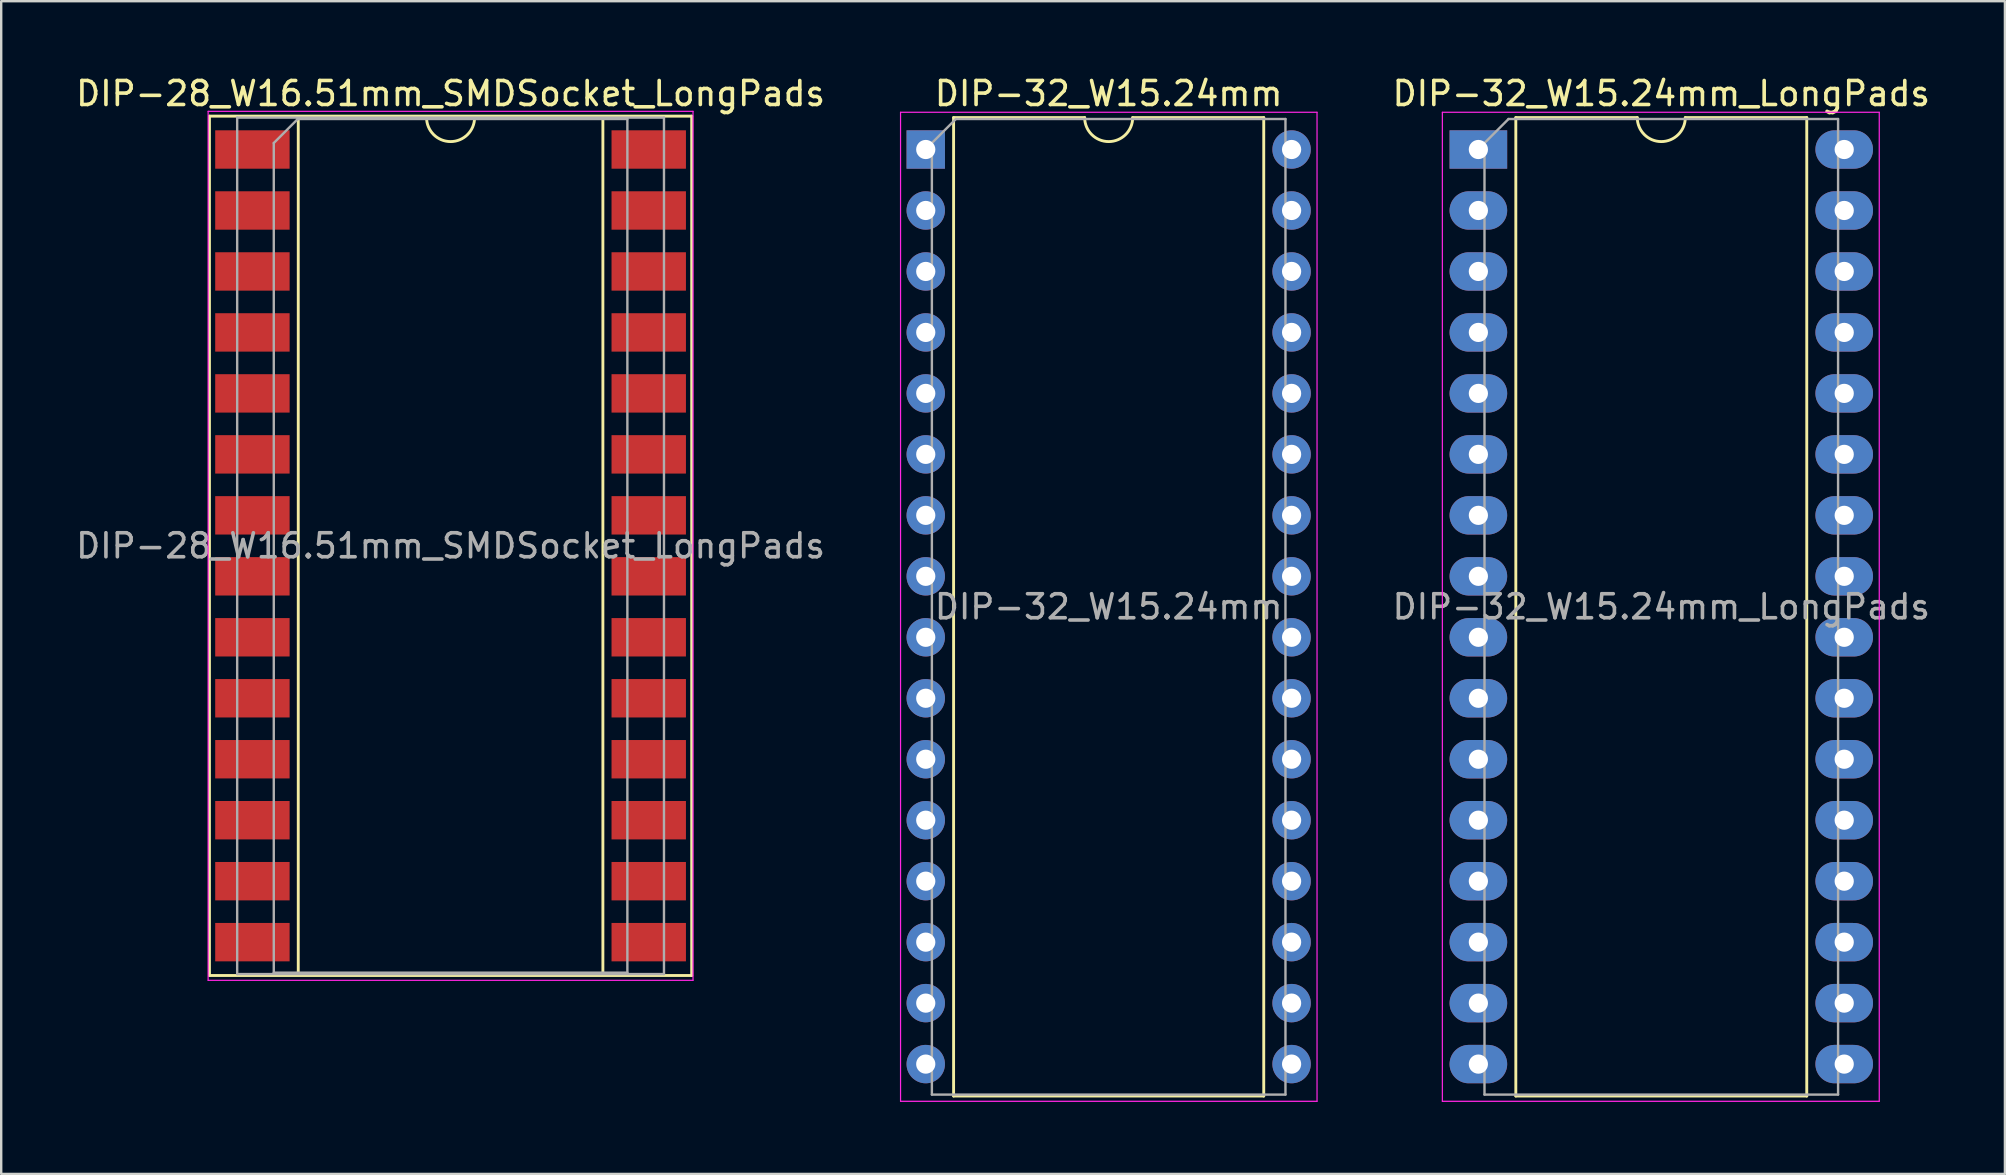
<source format=kicad_pcb>
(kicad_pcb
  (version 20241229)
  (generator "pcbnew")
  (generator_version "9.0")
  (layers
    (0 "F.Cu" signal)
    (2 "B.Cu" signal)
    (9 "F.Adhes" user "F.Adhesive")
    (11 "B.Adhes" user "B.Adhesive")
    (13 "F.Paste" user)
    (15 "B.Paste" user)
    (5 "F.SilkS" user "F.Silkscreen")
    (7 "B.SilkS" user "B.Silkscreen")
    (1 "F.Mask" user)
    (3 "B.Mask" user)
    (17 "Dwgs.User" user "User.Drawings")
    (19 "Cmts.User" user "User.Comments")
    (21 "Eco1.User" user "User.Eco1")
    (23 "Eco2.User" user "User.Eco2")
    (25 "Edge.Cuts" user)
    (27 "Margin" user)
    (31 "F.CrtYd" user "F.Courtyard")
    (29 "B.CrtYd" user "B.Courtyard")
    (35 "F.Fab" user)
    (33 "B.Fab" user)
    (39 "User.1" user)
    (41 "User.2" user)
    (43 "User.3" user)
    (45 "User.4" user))
  (footprint "DIP-32_W15.24mm"
    (layer "F.Cu")
    (at 35.515 3.178)
    (property "Reference" "DIP-32_W15.24mm" (at 7.62 -2.33 0) (layer "F.SilkS") (effects (font (size 1 1) (thickness 0.15))))
    (attr through_hole)
    (fp_line (start 1.16 -1.33) (end 1.16 39.43) (stroke (width 0.12) (type solid)) (layer "F.SilkS"))
    (fp_line (start 1.16 39.43) (end 14.08 39.43) (stroke (width 0.12) (type solid)) (layer "F.SilkS"))
    (fp_line (start 6.62 -1.33) (end 1.16 -1.33) (stroke (width 0.12) (type solid)) (layer "F.SilkS"))
    (fp_line (start 14.08 -1.33) (end 8.62 -1.33) (stroke (width 0.12) (type solid)) (layer "F.SilkS"))
    (fp_line (start 14.08 39.43) (end 14.08 -1.33) (stroke (width 0.12) (type solid)) (layer "F.SilkS"))
    (fp_arc (start 8.62 -1.33) (mid 7.62 -0.33) (end 6.62 -1.33) (stroke (width 0.12) (type solid)) (layer "F.SilkS"))
    (fp_line (start -1.05 -1.55) (end -1.05 39.65) (stroke (width 0.05) (type solid)) (layer "F.CrtYd"))
    (fp_line (start -1.05 39.65) (end 16.3 39.65) (stroke (width 0.05) (type solid)) (layer "F.CrtYd"))
    (fp_line (start 16.3 -1.55) (end -1.05 -1.55) (stroke (width 0.05) (type solid)) (layer "F.CrtYd"))
    (fp_line (start 16.3 39.65) (end 16.3 -1.55) (stroke (width 0.05) (type solid)) (layer "F.CrtYd"))
    (fp_line (start 0.255 -0.27) (end 1.255 -1.27) (stroke (width 0.1) (type solid)) (layer "F.Fab"))
    (fp_line (start 0.255 39.37) (end 0.255 -0.27) (stroke (width 0.1) (type solid)) (layer "F.Fab"))
    (fp_line (start 1.255 -1.27) (end 14.985 -1.27) (stroke (width 0.1) (type solid)) (layer "F.Fab"))
    (fp_line (start 14.985 -1.27) (end 14.985 39.37) (stroke (width 0.1) (type solid)) (layer "F.Fab"))
    (fp_line (start 14.985 39.37) (end 0.255 39.37) (stroke (width 0.1) (type solid)) (layer "F.Fab"))
    (fp_text user "${REFERENCE}" (at 7.62 19.05 0) (layer "F.Fab") (effects (font (size 1 1) (thickness 0.15))))
    (pad "1" thru_hole rect (at 0 0) (size 1.6 1.6) (drill 0.8) (layers "*.Cu" "*.Mask"))
    (pad "2" thru_hole oval (at 0 2.54) (size 1.6 1.6) (drill 0.8) (layers "*.Cu" "*.Mask"))
    (pad "3" thru_hole oval (at 0 5.08) (size 1.6 1.6) (drill 0.8) (layers "*.Cu" "*.Mask"))
    (pad "4" thru_hole oval (at 0 7.62) (size 1.6 1.6) (drill 0.8) (layers "*.Cu" "*.Mask"))
    (pad "5" thru_hole oval (at 0 10.16) (size 1.6 1.6) (drill 0.8) (layers "*.Cu" "*.Mask"))
    (pad "6" thru_hole oval (at 0 12.7) (size 1.6 1.6) (drill 0.8) (layers "*.Cu" "*.Mask"))
    (pad "7" thru_hole oval (at 0 15.24) (size 1.6 1.6) (drill 0.8) (layers "*.Cu" "*.Mask"))
    (pad "8" thru_hole oval (at 0 17.78) (size 1.6 1.6) (drill 0.8) (layers "*.Cu" "*.Mask"))
    (pad "9" thru_hole oval (at 0 20.32) (size 1.6 1.6) (drill 0.8) (layers "*.Cu" "*.Mask"))
    (pad "10" thru_hole oval (at 0 22.86) (size 1.6 1.6) (drill 0.8) (layers "*.Cu" "*.Mask"))
    (pad "11" thru_hole oval (at 0 25.4) (size 1.6 1.6) (drill 0.8) (layers "*.Cu" "*.Mask"))
    (pad "12" thru_hole oval (at 0 27.94) (size 1.6 1.6) (drill 0.8) (layers "*.Cu" "*.Mask"))
    (pad "13" thru_hole oval (at 0 30.48) (size 1.6 1.6) (drill 0.8) (layers "*.Cu" "*.Mask"))
    (pad "14" thru_hole oval (at 0 33.02) (size 1.6 1.6) (drill 0.8) (layers "*.Cu" "*.Mask"))
    (pad "15" thru_hole oval (at 0 35.56) (size 1.6 1.6) (drill 0.8) (layers "*.Cu" "*.Mask"))
    (pad "16" thru_hole oval (at 0 38.1) (size 1.6 1.6) (drill 0.8) (layers "*.Cu" "*.Mask"))
    (pad "17" thru_hole oval (at 15.24 38.1) (size 1.6 1.6) (drill 0.8) (layers "*.Cu" "*.Mask"))
    (pad "18" thru_hole oval (at 15.24 35.56) (size 1.6 1.6) (drill 0.8) (layers "*.Cu" "*.Mask"))
    (pad "19" thru_hole oval (at 15.24 33.02) (size 1.6 1.6) (drill 0.8) (layers "*.Cu" "*.Mask"))
    (pad "20" thru_hole oval (at 15.24 30.48) (size 1.6 1.6) (drill 0.8) (layers "*.Cu" "*.Mask"))
    (pad "21" thru_hole oval (at 15.24 27.94) (size 1.6 1.6) (drill 0.8) (layers "*.Cu" "*.Mask"))
    (pad "22" thru_hole oval (at 15.24 25.4) (size 1.6 1.6) (drill 0.8) (layers "*.Cu" "*.Mask"))
    (pad "23" thru_hole oval (at 15.24 22.86) (size 1.6 1.6) (drill 0.8) (layers "*.Cu" "*.Mask"))
    (pad "24" thru_hole oval (at 15.24 20.32) (size 1.6 1.6) (drill 0.8) (layers "*.Cu" "*.Mask"))
    (pad "25" thru_hole oval (at 15.24 17.78) (size 1.6 1.6) (drill 0.8) (layers "*.Cu" "*.Mask"))
    (pad "26" thru_hole oval (at 15.24 15.24) (size 1.6 1.6) (drill 0.8) (layers "*.Cu" "*.Mask"))
    (pad "27" thru_hole oval (at 15.24 12.7) (size 1.6 1.6) (drill 0.8) (layers "*.Cu" "*.Mask"))
    (pad "28" thru_hole oval (at 15.24 10.16) (size 1.6 1.6) (drill 0.8) (layers "*.Cu" "*.Mask"))
    (pad "29" thru_hole oval (at 15.24 7.62) (size 1.6 1.6) (drill 0.8) (layers "*.Cu" "*.Mask"))
    (pad "30" thru_hole oval (at 15.24 5.08) (size 1.6 1.6) (drill 0.8) (layers "*.Cu" "*.Mask"))
    (pad "31" thru_hole oval (at 15.24 2.54) (size 1.6 1.6) (drill 0.8) (layers "*.Cu" "*.Mask"))
    (pad "32" thru_hole oval (at 15.24 0) (size 1.6 1.6) (drill 0.8) (layers "*.Cu" "*.Mask")))
  (footprint "DIP-28_W16.51mm_SMDSocket_LongPads"
    (layer "F.Cu")
    (at 15.72 19.688)
    (property "Reference" "DIP-28_W16.51mm_SMDSocket_LongPads" (at 0 -18.84 0) (layer "F.SilkS") (effects (font (size 1 1) (thickness 0.15))))
    (attr smd)
    (fp_line (start -10.045 -17.9) (end -10.045 17.9) (stroke (width 0.12) (type solid)) (layer "F.SilkS"))
    (fp_line (start -10.045 17.9) (end 10.045 17.9) (stroke (width 0.12) (type solid)) (layer "F.SilkS"))
    (fp_line (start -6.345 -17.84) (end -6.345 17.84) (stroke (width 0.12) (type solid)) (layer "F.SilkS"))
    (fp_line (start -6.345 17.84) (end 6.345 17.84) (stroke (width 0.12) (type solid)) (layer "F.SilkS"))
    (fp_line (start -1 -17.84) (end -6.345 -17.84) (stroke (width 0.12) (type solid)) (layer "F.SilkS"))
    (fp_line (start 6.345 -17.84) (end 1 -17.84) (stroke (width 0.12) (type solid)) (layer "F.SilkS"))
    (fp_line (start 6.345 17.84) (end 6.345 -17.84) (stroke (width 0.12) (type solid)) (layer "F.SilkS"))
    (fp_line (start 10.045 -17.9) (end -10.045 -17.9) (stroke (width 0.12) (type solid)) (layer "F.SilkS"))
    (fp_line (start 10.045 17.9) (end 10.045 -17.9) (stroke (width 0.12) (type solid)) (layer "F.SilkS"))
    (fp_arc (start 1 -17.84) (mid 0 -16.84) (end -1 -17.84) (stroke (width 0.12) (type solid)) (layer "F.SilkS"))
    (fp_line (start -10.1 -18.1) (end -10.1 18.1) (stroke (width 0.05) (type solid)) (layer "F.CrtYd"))
    (fp_line (start -10.1 18.1) (end 10.1 18.1) (stroke (width 0.05) (type solid)) (layer "F.CrtYd"))
    (fp_line (start 10.1 -18.1) (end -10.1 -18.1) (stroke (width 0.05) (type solid)) (layer "F.CrtYd"))
    (fp_line (start 10.1 18.1) (end 10.1 -18.1) (stroke (width 0.05) (type solid)) (layer "F.CrtYd"))
    (fp_line (start -8.89 -17.84) (end -8.89 17.84) (stroke (width 0.1) (type solid)) (layer "F.Fab"))
    (fp_line (start -8.89 17.84) (end 8.89 17.84) (stroke (width 0.1) (type solid)) (layer "F.Fab"))
    (fp_line (start -7.365 -16.78) (end -6.365 -17.78) (stroke (width 0.1) (type solid)) (layer "F.Fab"))
    (fp_line (start -7.365 17.78) (end -7.365 -16.78) (stroke (width 0.1) (type solid)) (layer "F.Fab"))
    (fp_line (start -6.365 -17.78) (end 7.365 -17.78) (stroke (width 0.1) (type solid)) (layer "F.Fab"))
    (fp_line (start 7.365 -17.78) (end 7.365 17.78) (stroke (width 0.1) (type solid)) (layer "F.Fab"))
    (fp_line (start 7.365 17.78) (end -7.365 17.78) (stroke (width 0.1) (type solid)) (layer "F.Fab"))
    (fp_line (start 8.89 -17.84) (end -8.89 -17.84) (stroke (width 0.1) (type solid)) (layer "F.Fab"))
    (fp_line (start 8.89 17.84) (end 8.89 -17.84) (stroke (width 0.1) (type solid)) (layer "F.Fab"))
    (fp_text user "${REFERENCE}" (at 0 0 0) (layer "F.Fab") (effects (font (size 1 1) (thickness 0.15))))
    (pad "1" smd rect (at -8.255 -16.51) (size 3.1 1.6) (layers "F.Cu" "F.Mask" "F.Paste"))
    (pad "2" smd rect (at -8.255 -13.97) (size 3.1 1.6) (layers "F.Cu" "F.Mask" "F.Paste"))
    (pad "3" smd rect (at -8.255 -11.43) (size 3.1 1.6) (layers "F.Cu" "F.Mask" "F.Paste"))
    (pad "4" smd rect (at -8.255 -8.89) (size 3.1 1.6) (layers "F.Cu" "F.Mask" "F.Paste"))
    (pad "5" smd rect (at -8.255 -6.35) (size 3.1 1.6) (layers "F.Cu" "F.Mask" "F.Paste"))
    (pad "6" smd rect (at -8.255 -3.81) (size 3.1 1.6) (layers "F.Cu" "F.Mask" "F.Paste"))
    (pad "7" smd rect (at -8.255 -1.27) (size 3.1 1.6) (layers "F.Cu" "F.Mask" "F.Paste"))
    (pad "8" smd rect (at -8.255 1.27) (size 3.1 1.6) (layers "F.Cu" "F.Mask" "F.Paste"))
    (pad "9" smd rect (at -8.255 3.81) (size 3.1 1.6) (layers "F.Cu" "F.Mask" "F.Paste"))
    (pad "10" smd rect (at -8.255 6.35) (size 3.1 1.6) (layers "F.Cu" "F.Mask" "F.Paste"))
    (pad "11" smd rect (at -8.255 8.89) (size 3.1 1.6) (layers "F.Cu" "F.Mask" "F.Paste"))
    (pad "12" smd rect (at -8.255 11.43) (size 3.1 1.6) (layers "F.Cu" "F.Mask" "F.Paste"))
    (pad "13" smd rect (at -8.255 13.97) (size 3.1 1.6) (layers "F.Cu" "F.Mask" "F.Paste"))
    (pad "14" smd rect (at -8.255 16.51) (size 3.1 1.6) (layers "F.Cu" "F.Mask" "F.Paste"))
    (pad "15" smd rect (at 8.255 16.51) (size 3.1 1.6) (layers "F.Cu" "F.Mask" "F.Paste"))
    (pad "16" smd rect (at 8.255 13.97) (size 3.1 1.6) (layers "F.Cu" "F.Mask" "F.Paste"))
    (pad "17" smd rect (at 8.255 11.43) (size 3.1 1.6) (layers "F.Cu" "F.Mask" "F.Paste"))
    (pad "18" smd rect (at 8.255 8.89) (size 3.1 1.6) (layers "F.Cu" "F.Mask" "F.Paste"))
    (pad "19" smd rect (at 8.255 6.35) (size 3.1 1.6) (layers "F.Cu" "F.Mask" "F.Paste"))
    (pad "20" smd rect (at 8.255 3.81) (size 3.1 1.6) (layers "F.Cu" "F.Mask" "F.Paste"))
    (pad "21" smd rect (at 8.255 1.27) (size 3.1 1.6) (layers "F.Cu" "F.Mask" "F.Paste"))
    (pad "22" smd rect (at 8.255 -1.27) (size 3.1 1.6) (layers "F.Cu" "F.Mask" "F.Paste"))
    (pad "23" smd rect (at 8.255 -3.81) (size 3.1 1.6) (layers "F.Cu" "F.Mask" "F.Paste"))
    (pad "24" smd rect (at 8.255 -6.35) (size 3.1 1.6) (layers "F.Cu" "F.Mask" "F.Paste"))
    (pad "25" smd rect (at 8.255 -8.89) (size 3.1 1.6) (layers "F.Cu" "F.Mask" "F.Paste"))
    (pad "26" smd rect (at 8.255 -11.43) (size 3.1 1.6) (layers "F.Cu" "F.Mask" "F.Paste"))
    (pad "27" smd rect (at 8.255 -13.97) (size 3.1 1.6) (layers "F.Cu" "F.Mask" "F.Paste"))
    (pad "28" smd rect (at 8.255 -16.51) (size 3.1 1.6) (layers "F.Cu" "F.Mask" "F.Paste")))
  (footprint "DIP-32_W15.24mm_LongPads"
    (layer "F.Cu")
    (at 58.536 3.178)
    (property "Reference" "DIP-32_W15.24mm_LongPads" (at 7.62 -2.33 0) (layer "F.SilkS") (effects (font (size 1 1) (thickness 0.15))))
    (attr through_hole)
    (fp_line (start 1.56 -1.33) (end 1.56 39.43) (stroke (width 0.12) (type solid)) (layer "F.SilkS"))
    (fp_line (start 1.56 39.43) (end 13.68 39.43) (stroke (width 0.12) (type solid)) (layer "F.SilkS"))
    (fp_line (start 6.62 -1.33) (end 1.56 -1.33) (stroke (width 0.12) (type solid)) (layer "F.SilkS"))
    (fp_line (start 13.68 -1.33) (end 8.62 -1.33) (stroke (width 0.12) (type solid)) (layer "F.SilkS"))
    (fp_line (start 13.68 39.43) (end 13.68 -1.33) (stroke (width 0.12) (type solid)) (layer "F.SilkS"))
    (fp_arc (start 8.62 -1.33) (mid 7.62 -0.33) (end 6.62 -1.33) (stroke (width 0.12) (type solid)) (layer "F.SilkS"))
    (fp_line (start -1.5 -1.55) (end -1.5 39.65) (stroke (width 0.05) (type solid)) (layer "F.CrtYd"))
    (fp_line (start -1.5 39.65) (end 16.7 39.65) (stroke (width 0.05) (type solid)) (layer "F.CrtYd"))
    (fp_line (start 16.7 -1.55) (end -1.5 -1.55) (stroke (width 0.05) (type solid)) (layer "F.CrtYd"))
    (fp_line (start 16.7 39.65) (end 16.7 -1.55) (stroke (width 0.05) (type solid)) (layer "F.CrtYd"))
    (fp_line (start 0.255 -0.27) (end 1.255 -1.27) (stroke (width 0.1) (type solid)) (layer "F.Fab"))
    (fp_line (start 0.255 39.37) (end 0.255 -0.27) (stroke (width 0.1) (type solid)) (layer "F.Fab"))
    (fp_line (start 1.255 -1.27) (end 14.985 -1.27) (stroke (width 0.1) (type solid)) (layer "F.Fab"))
    (fp_line (start 14.985 -1.27) (end 14.985 39.37) (stroke (width 0.1) (type solid)) (layer "F.Fab"))
    (fp_line (start 14.985 39.37) (end 0.255 39.37) (stroke (width 0.1) (type solid)) (layer "F.Fab"))
    (fp_text user "${REFERENCE}" (at 7.62 19.05 0) (layer "F.Fab") (effects (font (size 1 1) (thickness 0.15))))
    (pad "1" thru_hole rect (at 0 0) (size 2.4 1.6) (drill 0.8) (layers "*.Cu" "*.Mask"))
    (pad "2" thru_hole oval (at 0 2.54) (size 2.4 1.6) (drill 0.8) (layers "*.Cu" "*.Mask"))
    (pad "3" thru_hole oval (at 0 5.08) (size 2.4 1.6) (drill 0.8) (layers "*.Cu" "*.Mask"))
    (pad "4" thru_hole oval (at 0 7.62) (size 2.4 1.6) (drill 0.8) (layers "*.Cu" "*.Mask"))
    (pad "5" thru_hole oval (at 0 10.16) (size 2.4 1.6) (drill 0.8) (layers "*.Cu" "*.Mask"))
    (pad "6" thru_hole oval (at 0 12.7) (size 2.4 1.6) (drill 0.8) (layers "*.Cu" "*.Mask"))
    (pad "7" thru_hole oval (at 0 15.24) (size 2.4 1.6) (drill 0.8) (layers "*.Cu" "*.Mask"))
    (pad "8" thru_hole oval (at 0 17.78) (size 2.4 1.6) (drill 0.8) (layers "*.Cu" "*.Mask"))
    (pad "9" thru_hole oval (at 0 20.32) (size 2.4 1.6) (drill 0.8) (layers "*.Cu" "*.Mask"))
    (pad "10" thru_hole oval (at 0 22.86) (size 2.4 1.6) (drill 0.8) (layers "*.Cu" "*.Mask"))
    (pad "11" thru_hole oval (at 0 25.4) (size 2.4 1.6) (drill 0.8) (layers "*.Cu" "*.Mask"))
    (pad "12" thru_hole oval (at 0 27.94) (size 2.4 1.6) (drill 0.8) (layers "*.Cu" "*.Mask"))
    (pad "13" thru_hole oval (at 0 30.48) (size 2.4 1.6) (drill 0.8) (layers "*.Cu" "*.Mask"))
    (pad "14" thru_hole oval (at 0 33.02) (size 2.4 1.6) (drill 0.8) (layers "*.Cu" "*.Mask"))
    (pad "15" thru_hole oval (at 0 35.56) (size 2.4 1.6) (drill 0.8) (layers "*.Cu" "*.Mask"))
    (pad "16" thru_hole oval (at 0 38.1) (size 2.4 1.6) (drill 0.8) (layers "*.Cu" "*.Mask"))
    (pad "17" thru_hole oval (at 15.24 38.1) (size 2.4 1.6) (drill 0.8) (layers "*.Cu" "*.Mask"))
    (pad "18" thru_hole oval (at 15.24 35.56) (size 2.4 1.6) (drill 0.8) (layers "*.Cu" "*.Mask"))
    (pad "19" thru_hole oval (at 15.24 33.02) (size 2.4 1.6) (drill 0.8) (layers "*.Cu" "*.Mask"))
    (pad "20" thru_hole oval (at 15.24 30.48) (size 2.4 1.6) (drill 0.8) (layers "*.Cu" "*.Mask"))
    (pad "21" thru_hole oval (at 15.24 27.94) (size 2.4 1.6) (drill 0.8) (layers "*.Cu" "*.Mask"))
    (pad "22" thru_hole oval (at 15.24 25.4) (size 2.4 1.6) (drill 0.8) (layers "*.Cu" "*.Mask"))
    (pad "23" thru_hole oval (at 15.24 22.86) (size 2.4 1.6) (drill 0.8) (layers "*.Cu" "*.Mask"))
    (pad "24" thru_hole oval (at 15.24 20.32) (size 2.4 1.6) (drill 0.8) (layers "*.Cu" "*.Mask"))
    (pad "25" thru_hole oval (at 15.24 17.78) (size 2.4 1.6) (drill 0.8) (layers "*.Cu" "*.Mask"))
    (pad "26" thru_hole oval (at 15.24 15.24) (size 2.4 1.6) (drill 0.8) (layers "*.Cu" "*.Mask"))
    (pad "27" thru_hole oval (at 15.24 12.7) (size 2.4 1.6) (drill 0.8) (layers "*.Cu" "*.Mask"))
    (pad "28" thru_hole oval (at 15.24 10.16) (size 2.4 1.6) (drill 0.8) (layers "*.Cu" "*.Mask"))
    (pad "29" thru_hole oval (at 15.24 7.62) (size 2.4 1.6) (drill 0.8) (layers "*.Cu" "*.Mask"))
    (pad "30" thru_hole oval (at 15.24 5.08) (size 2.4 1.6) (drill 0.8) (layers "*.Cu" "*.Mask"))
    (pad "31" thru_hole oval (at 15.24 2.54) (size 2.4 1.6) (drill 0.8) (layers "*.Cu" "*.Mask"))
    (pad "32" thru_hole oval (at 15.24 0) (size 2.4 1.6) (drill 0.8) (layers "*.Cu" "*.Mask")))
  (gr_rect
    (start -3 -3)
    (end 80.471 45.853)
    (stroke (width 0.1) (type default))
    (fill no)
    (layer "Edge.Cuts")))
</source>
